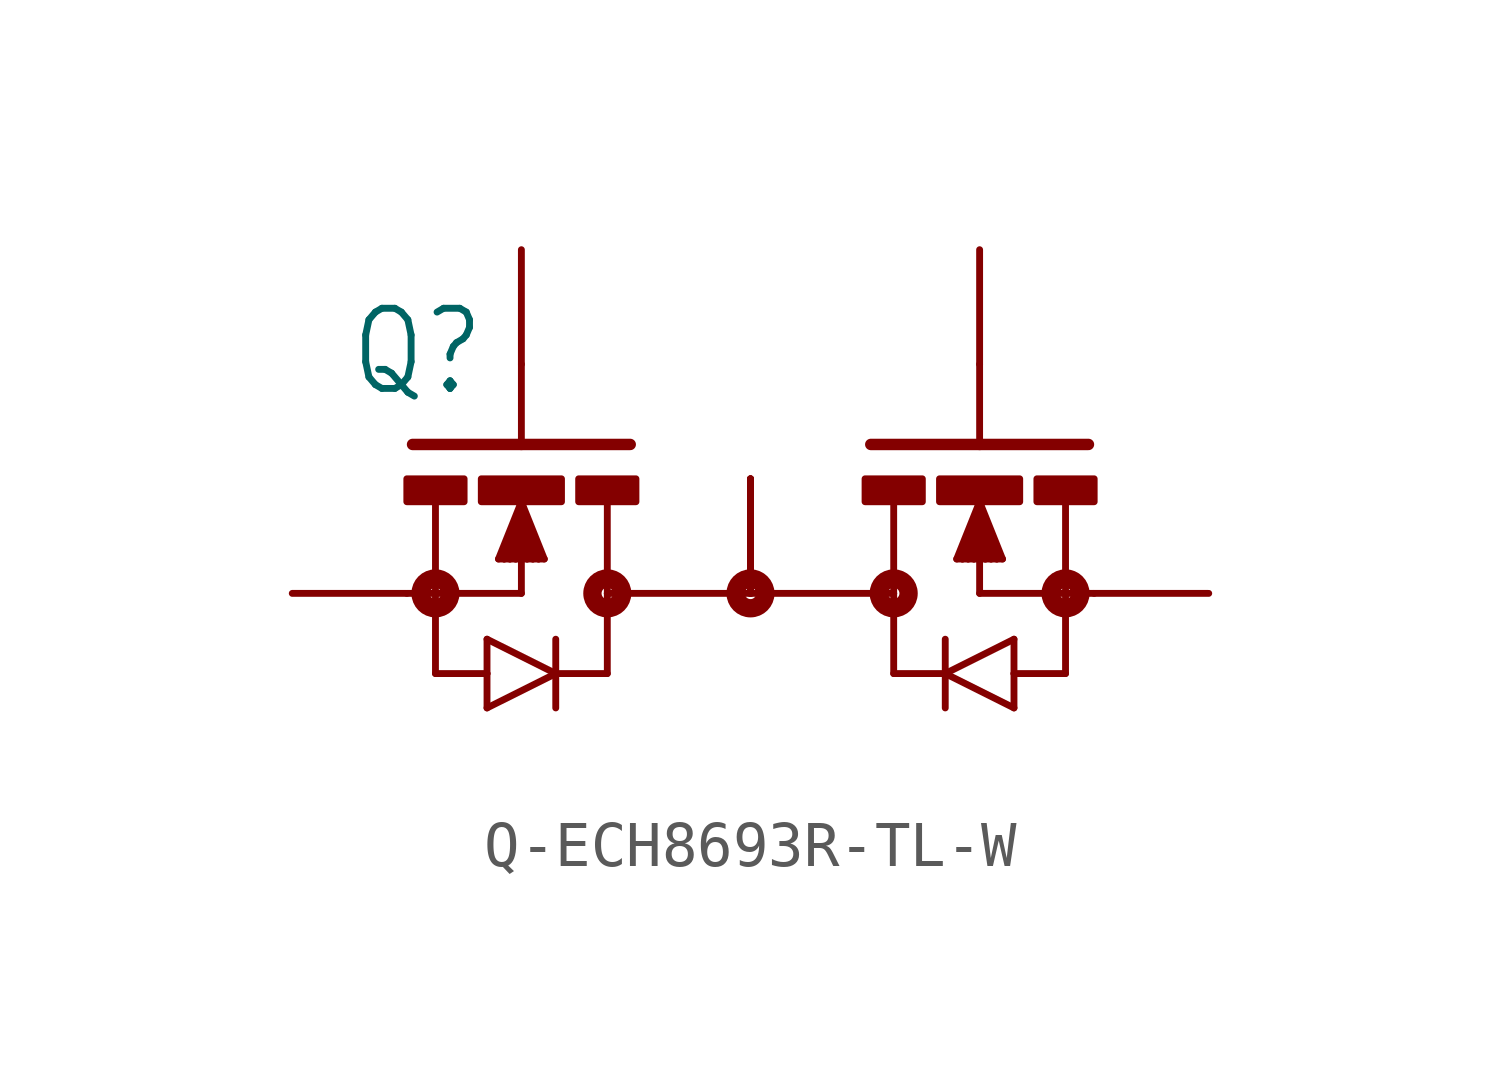
<source format=kicad_sym>
(kicad_symbol_lib
  (version 20231120)
  (generator "kicad_symbol_editor")
  (generator_version "8.0")
  (symbol "Q-ECH8693R-TL-W"
    (property "Reference" "Q"
      (at -5.842 4.318 0)
      (effects (font (size 1.778 1.511)) (justify right bottom)))
    (property "Value" ""
      (at 0 -3.048 0)
      (effects (font (size 1.778 1.511)) (justify top)))
    (property "ki_locked" ""
      (at 0 0 0)
      (effects (font (size 1.27 1.27))))
    (symbol "Q-ECH8693R-TL-W_1_0"
      (circle (center -6.985 0) (radius 0.127) (stroke (width 0.406) (type solid)) (fill (type none)))
      (rectangle (start -6.35 2.032) (end -7.62 2.54) (stroke (width 0) (type default)) (fill (type outline)))
      (rectangle (start -4.191 2.032) (end -5.969 2.54) (stroke (width 0) (type default)) (fill (type outline)))
      (circle (center -3.175 0) (radius 0.127) (stroke (width 0.406) (type solid)) (fill (type none)))
      (rectangle (start -2.54 2.032) (end -3.81 2.54) (stroke (width 0) (type default)) (fill (type outline)))
      (polyline (pts (xy -6.985 -1.778) (xy -6.985 0)) (stroke (width 0.152) (type solid)) (fill (type none)))
      (polyline (pts (xy -6.985 -1.778) (xy -5.842 -1.778)) (stroke (width 0.152) (type solid)) (fill (type none)))
      (polyline (pts (xy -6.985 0) (xy -7.62 0)) (stroke (width 0.152) (type solid)) (fill (type none)))
      (polyline (pts (xy -6.985 2.032) (xy -6.985 0)) (stroke (width 0.152) (type solid)) (fill (type none)))
      (polyline (pts (xy -5.842 -2.54) (xy -4.318 -1.778)) (stroke (width 0.152) (type solid)) (fill (type none)))
      (polyline (pts (xy -5.842 -1.778) (xy -5.842 -2.54)) (stroke (width 0.152) (type solid)) (fill (type none)))
      (polyline (pts (xy -5.842 -1.016) (xy -5.842 -1.778)) (stroke (width 0.152) (type solid)) (fill (type none)))
      (polyline (pts (xy -5.461 0.762) (xy -5.588 0.762)) (stroke (width 0.152) (type solid)) (fill (type none)))
      (polyline (pts (xy -5.334 0.762) (xy -5.461 0.762)) (stroke (width 0.152) (type solid)) (fill (type none)))
      (polyline (pts (xy -5.207 0.762) (xy -5.334 0.762)) (stroke (width 0.152) (type solid)) (fill (type none)))
      (polyline (pts (xy -5.08 0) (xy -6.985 0)) (stroke (width 0.152) (type solid)) (fill (type none)))
      (polyline (pts (xy -5.08 0) (xy -5.08 2.032)) (stroke (width 0.152) (type solid)) (fill (type none)))
      (polyline (pts (xy -5.08 2.032) (xy -5.588 0.762)) (stroke (width 0.152) (type solid)) (fill (type none)))
      (polyline (pts (xy -5.08 2.032) (xy -5.461 0.762)) (stroke (width 0.152) (type solid)) (fill (type none)))
      (polyline (pts (xy -5.08 2.032) (xy -5.334 0.762)) (stroke (width 0.152) (type solid)) (fill (type none)))
      (polyline (pts (xy -5.08 2.032) (xy -5.207 0.762)) (stroke (width 0.152) (type solid)) (fill (type none)))
      (polyline (pts (xy -5.08 2.032) (xy -4.953 0.762)) (stroke (width 0.152) (type solid)) (fill (type none)))
      (polyline (pts (xy -5.08 2.032) (xy -4.826 0.762)) (stroke (width 0.152) (type solid)) (fill (type none)))
      (polyline (pts (xy -5.08 2.032) (xy -4.699 0.762)) (stroke (width 0.152) (type solid)) (fill (type none)))
      (polyline (pts (xy -5.08 2.032) (xy -4.572 0.762)) (stroke (width 0.152) (type solid)) (fill (type none)))
      (polyline (pts (xy -5.08 3.302) (xy -7.493 3.302)) (stroke (width 0.254) (type solid)) (fill (type none)))
      (polyline (pts (xy -5.08 3.302) (xy -5.08 5.08)) (stroke (width 0.152) (type solid)) (fill (type none)))
      (polyline (pts (xy -4.953 0.762) (xy -5.207 0.762)) (stroke (width 0.152) (type solid)) (fill (type none)))
      (polyline (pts (xy -4.826 0.762) (xy -4.953 0.762)) (stroke (width 0.152) (type solid)) (fill (type none)))
      (polyline (pts (xy -4.699 0.762) (xy -4.826 0.762)) (stroke (width 0.152) (type solid)) (fill (type none)))
      (polyline (pts (xy -4.572 0.762) (xy -4.699 0.762)) (stroke (width 0.152) (type solid)) (fill (type none)))
      (polyline (pts (xy -4.318 -1.778) (xy -5.842 -1.016)) (stroke (width 0.152) (type solid)) (fill (type none)))
      (polyline (pts (xy -4.318 -1.778) (xy -4.318 -2.54)) (stroke (width 0.152) (type solid)) (fill (type none)))
      (polyline (pts (xy -4.318 -1.016) (xy -4.318 -1.778)) (stroke (width 0.152) (type solid)) (fill (type none)))
      (polyline (pts (xy -3.175 -1.778) (xy -4.318 -1.778)) (stroke (width 0.152) (type solid)) (fill (type none)))
      (polyline (pts (xy -3.175 -1.778) (xy -3.175 0)) (stroke (width 0.152) (type solid)) (fill (type none)))
      (polyline (pts (xy -3.175 0) (xy -3.175 2.007)) (stroke (width 0.152) (type solid)) (fill (type none)))
      (polyline (pts (xy -2.667 3.302) (xy -5.08 3.302)) (stroke (width 0.254) (type solid)) (fill (type none)))
      (polyline (pts (xy 2.667 3.302) (xy 5.08 3.302)) (stroke (width 0.254) (type solid)) (fill (type none)))
      (polyline (pts (xy 3.175 -1.778) (xy 3.175 0)) (stroke (width 0.152) (type solid)) (fill (type none)))
      (polyline (pts (xy 3.175 -1.778) (xy 4.318 -1.778)) (stroke (width 0.152) (type solid)) (fill (type none)))
      (polyline (pts (xy 3.175 0) (xy -3.175 0)) (stroke (width 0.152) (type solid)) (fill (type none)))
      (polyline (pts (xy 3.175 0) (xy 3.175 2.007)) (stroke (width 0.152) (type solid)) (fill (type none)))
      (polyline (pts (xy 4.318 -1.778) (xy 4.318 -2.54)) (stroke (width 0.152) (type solid)) (fill (type none)))
      (polyline (pts (xy 4.318 -1.778) (xy 5.842 -1.016)) (stroke (width 0.152) (type solid)) (fill (type none)))
      (polyline (pts (xy 4.318 -1.016) (xy 4.318 -1.778)) (stroke (width 0.152) (type solid)) (fill (type none)))
      (polyline (pts (xy 4.572 0.762) (xy 4.699 0.762)) (stroke (width 0.152) (type solid)) (fill (type none)))
      (polyline (pts (xy 4.699 0.762) (xy 4.826 0.762)) (stroke (width 0.152) (type solid)) (fill (type none)))
      (polyline (pts (xy 4.826 0.762) (xy 4.953 0.762)) (stroke (width 0.152) (type solid)) (fill (type none)))
      (polyline (pts (xy 4.953 0.762) (xy 5.207 0.762)) (stroke (width 0.152) (type solid)) (fill (type none)))
      (polyline (pts (xy 5.08 0) (xy 5.08 2.032)) (stroke (width 0.152) (type solid)) (fill (type none)))
      (polyline (pts (xy 5.08 0) (xy 6.985 0)) (stroke (width 0.152) (type solid)) (fill (type none)))
      (polyline (pts (xy 5.08 2.032) (xy 4.572 0.762)) (stroke (width 0.152) (type solid)) (fill (type none)))
      (polyline (pts (xy 5.08 2.032) (xy 4.699 0.762)) (stroke (width 0.152) (type solid)) (fill (type none)))
      (polyline (pts (xy 5.08 2.032) (xy 4.826 0.762)) (stroke (width 0.152) (type solid)) (fill (type none)))
      (polyline (pts (xy 5.08 2.032) (xy 4.953 0.762)) (stroke (width 0.152) (type solid)) (fill (type none)))
      (polyline (pts (xy 5.08 2.032) (xy 5.207 0.762)) (stroke (width 0.152) (type solid)) (fill (type none)))
      (polyline (pts (xy 5.08 2.032) (xy 5.334 0.762)) (stroke (width 0.152) (type solid)) (fill (type none)))
      (polyline (pts (xy 5.08 2.032) (xy 5.461 0.762)) (stroke (width 0.152) (type solid)) (fill (type none)))
      (polyline (pts (xy 5.08 2.032) (xy 5.588 0.762)) (stroke (width 0.152) (type solid)) (fill (type none)))
      (polyline (pts (xy 5.08 3.302) (xy 5.08 5.08)) (stroke (width 0.152) (type solid)) (fill (type none)))
      (polyline (pts (xy 5.08 3.302) (xy 7.493 3.302)) (stroke (width 0.254) (type solid)) (fill (type none)))
      (polyline (pts (xy 5.207 0.762) (xy 5.334 0.762)) (stroke (width 0.152) (type solid)) (fill (type none)))
      (polyline (pts (xy 5.334 0.762) (xy 5.461 0.762)) (stroke (width 0.152) (type solid)) (fill (type none)))
      (polyline (pts (xy 5.461 0.762) (xy 5.588 0.762)) (stroke (width 0.152) (type solid)) (fill (type none)))
      (polyline (pts (xy 5.842 -2.54) (xy 4.318 -1.778)) (stroke (width 0.152) (type solid)) (fill (type none)))
      (polyline (pts (xy 5.842 -1.778) (xy 5.842 -2.54)) (stroke (width 0.152) (type solid)) (fill (type none)))
      (polyline (pts (xy 5.842 -1.016) (xy 5.842 -1.778)) (stroke (width 0.152) (type solid)) (fill (type none)))
      (polyline (pts (xy 6.985 -1.778) (xy 5.842 -1.778)) (stroke (width 0.152) (type solid)) (fill (type none)))
      (polyline (pts (xy 6.985 -1.778) (xy 6.985 0)) (stroke (width 0.152) (type solid)) (fill (type none)))
      (polyline (pts (xy 6.985 0) (xy 7.62 0)) (stroke (width 0.152) (type solid)) (fill (type none)))
      (polyline (pts (xy 6.985 2.032) (xy 6.985 0)) (stroke (width 0.152) (type solid)) (fill (type none)))
      (circle (center 0 0) (radius 0.127) (stroke (width 0.406) (type solid)) (fill (type none)))
      (circle (center 3.175 0) (radius 0.127) (stroke (width 0.406) (type solid)) (fill (type none)))
      (rectangle (start 3.81 2.032) (end 2.54 2.54) (stroke (width 0) (type default)) (fill (type outline)))
      (rectangle (start 5.969 2.032) (end 4.191 2.54) (stroke (width 0) (type default)) (fill (type outline)))
      (circle (center 6.985 0) (radius 0.127) (stroke (width 0.406) (type solid)) (fill (type none)))
      (rectangle (start 7.62 2.032) (end 6.35 2.54) (stroke (width 0) (type default)) (fill (type outline)))
      (pin passive line (at -10.16 0 0) (length 2.54) (name "S1" (effects (font (size 0 0)))) (number "1" (effects (font (size 0 0)))))
      (pin passive line (at -5.08 7.62 270) (length 2.54) (name "G1" (effects (font (size 0 0)))) (number "2" (effects (font (size 0 0)))))
      (pin passive line (at 10.16 0 180) (length 2.54) (name "S2" (effects (font (size 0 0)))) (number "3" (effects (font (size 0 0)))))
      (pin passive line (at 5.08 7.62 270) (length 2.54) (name "G2" (effects (font (size 0 0)))) (number "4" (effects (font (size 0 0)))))
      (pin passive line (at 0 2.54 270) (length 2.54) (name "D" (effects (font (size 0 0)))) (number "5" (effects (font (size 0 0)))))
      (pin passive line (at 0 2.54 270) (length 2.54) (name "D" (effects (font (size 0 0)))) (number "6" (effects (font (size 0 0)))))
      (pin passive line (at 0 2.54 270) (length 2.54) (name "D" (effects (font (size 0 0)))) (number "7" (effects (font (size 0 0)))))
      (pin passive line (at 0 2.54 270) (length 2.54) (name "D" (effects (font (size 0 0)))) (number "8" (effects (font (size 0 0))))))))
</source>
